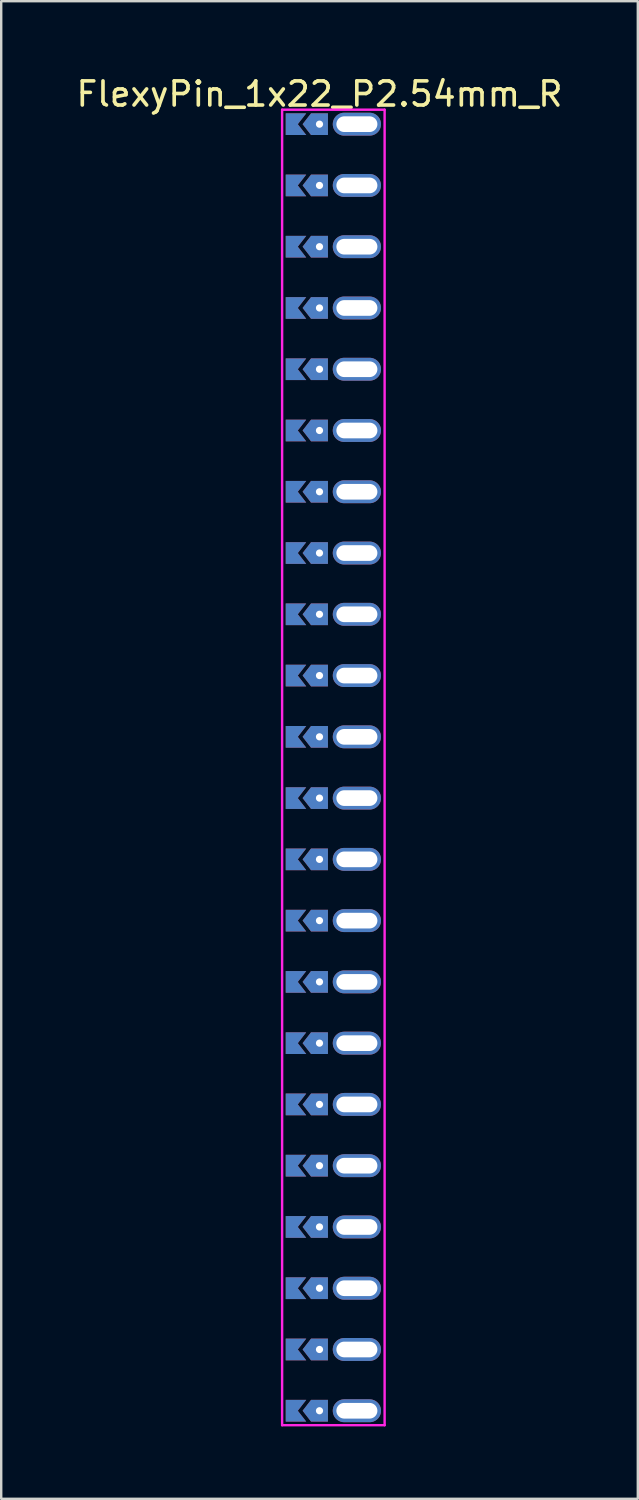
<source format=kicad_pcb>
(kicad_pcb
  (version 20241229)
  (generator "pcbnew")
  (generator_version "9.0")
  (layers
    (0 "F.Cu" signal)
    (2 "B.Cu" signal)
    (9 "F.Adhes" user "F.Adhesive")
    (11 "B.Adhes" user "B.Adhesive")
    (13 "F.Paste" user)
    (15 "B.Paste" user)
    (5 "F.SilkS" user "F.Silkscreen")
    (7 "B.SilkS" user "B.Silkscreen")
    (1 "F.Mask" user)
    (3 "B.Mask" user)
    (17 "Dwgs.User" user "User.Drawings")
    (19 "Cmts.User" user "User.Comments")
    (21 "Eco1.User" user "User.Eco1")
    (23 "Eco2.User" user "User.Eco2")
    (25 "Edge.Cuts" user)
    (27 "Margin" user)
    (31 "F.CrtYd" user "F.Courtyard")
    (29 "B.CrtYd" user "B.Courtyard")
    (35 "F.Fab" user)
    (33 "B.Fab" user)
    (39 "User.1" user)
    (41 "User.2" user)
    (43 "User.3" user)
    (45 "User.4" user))
  (footprint "FlexyPin_1x22_P2.54mm_R"
    (layer "F.Cu")
    (at 10.196 2.098)
    (property "Reference" "FlexyPin_1x22_P2.54mm_R" (at 0 -1.25 0) (layer "F.SilkS") (effects (font (size 1 1) (thickness 0.15))))
    (attr through_hole)
    (fp_line (start -1.55 -0.6) (end 2.7 -0.6) (stroke (width 0.1) (type solid)) (layer "F.CrtYd"))
    (fp_line (start -1.55 53.94) (end -1.55 -0.6) (stroke (width 0.1) (type solid)) (layer "F.CrtYd"))
    (fp_line (start 2.7 -0.6) (end 2.7 53.94) (stroke (width 0.1) (type solid)) (layer "F.CrtYd"))
    (fp_line (start 2.7 53.94) (end -1.55 53.94) (stroke (width 0.1) (type solid)) (layer "F.CrtYd"))
    (pad "" thru_hole custom (at 0 0) (size 0.3 0.3) (drill 0.6) (layers "*.Cu" "*.Mask") (options (anchor rect)) (primitives (gr_poly (pts (xy 0.35 0.45) (xy 0.35 -0.45) (xy -0.35 -0.45) (xy -0.7 0) (xy -0.35 0.45)) (width 0) (fill yes))))
    (pad "" thru_hole custom (at 0 2.54) (size 0.3 0.3) (drill 0.6) (layers "*.Cu" "*.Mask") (options (anchor rect)) (primitives (gr_poly (pts (xy 0.35 0.45) (xy 0.35 -0.45) (xy -0.35 -0.45) (xy -0.7 0) (xy -0.35 0.45)) (width 0) (fill yes))))
    (pad "" thru_hole custom (at 0 5.08) (size 0.3 0.3) (drill 0.6) (layers "*.Cu" "*.Mask") (options (anchor rect)) (primitives (gr_poly (pts (xy 0.35 0.45) (xy 0.35 -0.45) (xy -0.35 -0.45) (xy -0.7 0) (xy -0.35 0.45)) (width 0) (fill yes))))
    (pad "" thru_hole custom (at 0 7.62) (size 0.3 0.3) (drill 0.6) (layers "*.Cu" "*.Mask") (options (anchor rect)) (primitives (gr_poly (pts (xy 0.35 0.45) (xy 0.35 -0.45) (xy -0.35 -0.45) (xy -0.7 0) (xy -0.35 0.45)) (width 0) (fill yes))))
    (pad "" thru_hole custom (at 0 10.16) (size 0.3 0.3) (drill 0.6) (layers "*.Cu" "*.Mask") (options (anchor rect)) (primitives (gr_poly (pts (xy 0.35 0.45) (xy 0.35 -0.45) (xy -0.35 -0.45) (xy -0.7 0) (xy -0.35 0.45)) (width 0) (fill yes))))
    (pad "" thru_hole custom (at 0 12.7) (size 0.3 0.3) (drill 0.6) (layers "*.Cu" "*.Mask") (options (anchor rect)) (primitives (gr_poly (pts (xy 0.35 0.45) (xy 0.35 -0.45) (xy -0.35 -0.45) (xy -0.7 0) (xy -0.35 0.45)) (width 0) (fill yes))))
    (pad "" thru_hole custom (at 0 15.24) (size 0.3 0.3) (drill 0.6) (layers "*.Cu" "*.Mask") (options (anchor rect)) (primitives (gr_poly (pts (xy 0.35 0.45) (xy 0.35 -0.45) (xy -0.35 -0.45) (xy -0.7 0) (xy -0.35 0.45)) (width 0) (fill yes))))
    (pad "" thru_hole custom (at 0 17.78) (size 0.3 0.3) (drill 0.6) (layers "*.Cu" "*.Mask") (options (anchor rect)) (primitives (gr_poly (pts (xy 0.35 0.45) (xy 0.35 -0.45) (xy -0.35 -0.45) (xy -0.7 0) (xy -0.35 0.45)) (width 0) (fill yes))))
    (pad "" thru_hole custom (at 0 20.32) (size 0.3 0.3) (drill 0.6) (layers "*.Cu" "*.Mask") (options (anchor rect)) (primitives (gr_poly (pts (xy 0.35 0.45) (xy 0.35 -0.45) (xy -0.35 -0.45) (xy -0.7 0) (xy -0.35 0.45)) (width 0) (fill yes))))
    (pad "" thru_hole custom (at 0 22.86) (size 0.3 0.3) (drill 0.6) (layers "*.Cu" "*.Mask") (options (anchor rect)) (primitives (gr_poly (pts (xy 0.35 0.45) (xy 0.35 -0.45) (xy -0.35 -0.45) (xy -0.7 0) (xy -0.35 0.45)) (width 0) (fill yes))))
    (pad "" thru_hole custom (at 0 25.4) (size 0.3 0.3) (drill 0.6) (layers "*.Cu" "*.Mask") (options (anchor rect)) (primitives (gr_poly (pts (xy 0.35 0.45) (xy 0.35 -0.45) (xy -0.35 -0.45) (xy -0.7 0) (xy -0.35 0.45)) (width 0) (fill yes))))
    (pad "" thru_hole custom (at 0 27.94) (size 0.3 0.3) (drill 0.6) (layers "*.Cu" "*.Mask") (options (anchor rect)) (primitives (gr_poly (pts (xy 0.35 0.45) (xy 0.35 -0.45) (xy -0.35 -0.45) (xy -0.7 0) (xy -0.35 0.45)) (width 0) (fill yes))))
    (pad "" thru_hole custom (at 0 30.48) (size 0.3 0.3) (drill 0.6) (layers "*.Cu" "*.Mask") (options (anchor rect)) (primitives (gr_poly (pts (xy 0.35 0.45) (xy 0.35 -0.45) (xy -0.35 -0.45) (xy -0.7 0) (xy -0.35 0.45)) (width 0) (fill yes))))
    (pad "" thru_hole custom (at 0 33.02) (size 0.3 0.3) (drill 0.6) (layers "*.Cu" "*.Mask") (options (anchor rect)) (primitives (gr_poly (pts (xy 0.35 0.45) (xy 0.35 -0.45) (xy -0.35 -0.45) (xy -0.7 0) (xy -0.35 0.45)) (width 0) (fill yes))))
    (pad "" thru_hole custom (at 0 35.56) (size 0.3 0.3) (drill 0.6) (layers "*.Cu" "*.Mask") (options (anchor rect)) (primitives (gr_poly (pts (xy 0.35 0.45) (xy 0.35 -0.45) (xy -0.35 -0.45) (xy -0.7 0) (xy -0.35 0.45)) (width 0) (fill yes))))
    (pad "" thru_hole custom (at 0 38.1) (size 0.3 0.3) (drill 0.6) (layers "*.Cu" "*.Mask") (options (anchor rect)) (primitives (gr_poly (pts (xy 0.35 0.45) (xy 0.35 -0.45) (xy -0.35 -0.45) (xy -0.7 0) (xy -0.35 0.45)) (width 0) (fill yes))))
    (pad "" thru_hole custom (at 0 40.64) (size 0.3 0.3) (drill 0.6) (layers "*.Cu" "*.Mask") (options (anchor rect)) (primitives (gr_poly (pts (xy 0.35 0.45) (xy 0.35 -0.45) (xy -0.35 -0.45) (xy -0.7 0) (xy -0.35 0.45)) (width 0) (fill yes))))
    (pad "" thru_hole custom (at 0 43.18) (size 0.3 0.3) (drill 0.6) (layers "*.Cu" "*.Mask") (options (anchor rect)) (primitives (gr_poly (pts (xy 0.35 0.45) (xy 0.35 -0.45) (xy -0.35 -0.45) (xy -0.7 0) (xy -0.35 0.45)) (width 0) (fill yes))))
    (pad "" thru_hole custom (at 0 45.72) (size 0.3 0.3) (drill 0.6) (layers "*.Cu" "*.Mask") (options (anchor rect)) (primitives (gr_poly (pts (xy 0.35 0.45) (xy 0.35 -0.45) (xy -0.35 -0.45) (xy -0.7 0) (xy -0.35 0.45)) (width 0) (fill yes))))
    (pad "" thru_hole custom (at 0 48.26) (size 0.3 0.3) (drill 0.6) (layers "*.Cu" "*.Mask") (options (anchor rect)) (primitives (gr_poly (pts (xy 0.35 0.45) (xy 0.35 -0.45) (xy -0.35 -0.45) (xy -0.7 0) (xy -0.35 0.45)) (width 0) (fill yes))))
    (pad "" thru_hole custom (at 0 50.8) (size 0.3 0.3) (drill 0.6) (layers "*.Cu" "*.Mask") (options (anchor rect)) (primitives (gr_poly (pts (xy 0.35 0.45) (xy 0.35 -0.45) (xy -0.35 -0.45) (xy -0.7 0) (xy -0.35 0.45)) (width 0) (fill yes))))
    (pad "" thru_hole custom (at 0 53.34) (size 0.3 0.3) (drill 0.6) (layers "*.Cu" "*.Mask") (options (anchor rect)) (primitives (gr_poly (pts (xy 0.35 0.45) (xy 0.35 -0.45) (xy -0.35 -0.45) (xy -0.7 0) (xy -0.35 0.45)) (width 0) (fill yes))))
    (pad "" thru_hole oval (at 1.55 0) (size 2 0.95) (drill oval 1.7 0.65) (layers "*.Cu" "*.Mask"))
    (pad "" thru_hole oval (at 1.55 2.54) (size 2 0.95) (drill oval 1.7 0.65) (layers "*.Cu" "*.Mask"))
    (pad "" thru_hole oval (at 1.55 5.08) (size 2 0.95) (drill oval 1.7 0.65) (layers "*.Cu" "*.Mask"))
    (pad "" thru_hole oval (at 1.55 7.62) (size 2 0.95) (drill oval 1.7 0.65) (layers "*.Cu" "*.Mask"))
    (pad "" thru_hole oval (at 1.55 10.16) (size 2 0.95) (drill oval 1.7 0.65) (layers "*.Cu" "*.Mask"))
    (pad "" thru_hole oval (at 1.55 12.7) (size 2 0.95) (drill oval 1.7 0.65) (layers "*.Cu" "*.Mask"))
    (pad "" thru_hole oval (at 1.55 15.24) (size 2 0.95) (drill oval 1.7 0.65) (layers "*.Cu" "*.Mask"))
    (pad "" thru_hole oval (at 1.55 17.78) (size 2 0.95) (drill oval 1.7 0.65) (layers "*.Cu" "*.Mask"))
    (pad "" thru_hole oval (at 1.55 20.32) (size 2 0.95) (drill oval 1.7 0.65) (layers "*.Cu" "*.Mask"))
    (pad "" thru_hole oval (at 1.55 22.86) (size 2 0.95) (drill oval 1.7 0.65) (layers "*.Cu" "*.Mask"))
    (pad "" thru_hole oval (at 1.55 25.4) (size 2 0.95) (drill oval 1.7 0.65) (layers "*.Cu" "*.Mask"))
    (pad "" thru_hole oval (at 1.55 27.94) (size 2 0.95) (drill oval 1.7 0.65) (layers "*.Cu" "*.Mask"))
    (pad "" thru_hole oval (at 1.55 30.48) (size 2 0.95) (drill oval 1.7 0.65) (layers "*.Cu" "*.Mask"))
    (pad "" thru_hole oval (at 1.55 33.02) (size 2 0.95) (drill oval 1.7 0.65) (layers "*.Cu" "*.Mask"))
    (pad "" thru_hole oval (at 1.55 35.56) (size 2 0.95) (drill oval 1.7 0.65) (layers "*.Cu" "*.Mask"))
    (pad "" thru_hole oval (at 1.55 38.1) (size 2 0.95) (drill oval 1.7 0.65) (layers "*.Cu" "*.Mask"))
    (pad "" thru_hole oval (at 1.55 40.64) (size 2 0.95) (drill oval 1.7 0.65) (layers "*.Cu" "*.Mask"))
    (pad "" thru_hole oval (at 1.55 43.18) (size 2 0.95) (drill oval 1.7 0.65) (layers "*.Cu" "*.Mask"))
    (pad "" thru_hole oval (at 1.55 45.72) (size 2 0.95) (drill oval 1.7 0.65) (layers "*.Cu" "*.Mask"))
    (pad "" thru_hole oval (at 1.55 48.26) (size 2 0.95) (drill oval 1.7 0.65) (layers "*.Cu" "*.Mask"))
    (pad "" thru_hole oval (at 1.55 50.8) (size 2 0.95) (drill oval 1.7 0.65) (layers "*.Cu" "*.Mask"))
    (pad "" thru_hole oval (at 1.55 53.34) (size 2 0.95) (drill oval 1.7 0.65) (layers "*.Cu" "*.Mask"))
    (pad "1" smd custom (at -0.9 0) (size 0.01 0.01) (layers "F.Cu" "F.Mask") (options (anchor rect)) (primitives (gr_poly (pts (xy 0 0) (xy 0.35 0.45) (xy -0.5 0.45) (xy -0.5 -0.45) (xy 0.35 -0.45)) (width 0) (fill yes))))
    (pad "1" smd custom (at -0.9 2.54) (size 0.01 0.01) (layers "F.Cu" "F.Mask") (options (anchor rect)) (primitives (gr_poly (pts (xy 0 0) (xy 0.35 0.45) (xy -0.5 0.45) (xy -0.5 -0.45) (xy 0.35 -0.45)) (width 0) (fill yes))))
    (pad "1" smd custom (at -0.9 5.08) (size 0.01 0.01) (layers "F.Cu" "F.Mask") (options (anchor rect)) (primitives (gr_poly (pts (xy 0 0) (xy 0.35 0.45) (xy -0.5 0.45) (xy -0.5 -0.45) (xy 0.35 -0.45)) (width 0) (fill yes))))
    (pad "1" smd custom (at -0.9 7.62) (size 0.01 0.01) (layers "F.Cu" "F.Mask") (options (anchor rect)) (primitives (gr_poly (pts (xy 0 0) (xy 0.35 0.45) (xy -0.5 0.45) (xy -0.5 -0.45) (xy 0.35 -0.45)) (width 0) (fill yes))))
    (pad "1" smd custom (at -0.9 10.16) (size 0.01 0.01) (layers "F.Cu" "F.Mask") (options (anchor rect)) (primitives (gr_poly (pts (xy 0 0) (xy 0.35 0.45) (xy -0.5 0.45) (xy -0.5 -0.45) (xy 0.35 -0.45)) (width 0) (fill yes))))
    (pad "1" smd custom (at -0.9 12.7) (size 0.01 0.01) (layers "F.Cu" "F.Mask") (options (anchor rect)) (primitives (gr_poly (pts (xy 0 0) (xy 0.35 0.45) (xy -0.5 0.45) (xy -0.5 -0.45) (xy 0.35 -0.45)) (width 0) (fill yes))))
    (pad "1" smd custom (at -0.9 15.24) (size 0.01 0.01) (layers "F.Cu" "F.Mask") (options (anchor rect)) (primitives (gr_poly (pts (xy 0 0) (xy 0.35 0.45) (xy -0.5 0.45) (xy -0.5 -0.45) (xy 0.35 -0.45)) (width 0) (fill yes))))
    (pad "1" smd custom (at -0.9 17.78) (size 0.01 0.01) (layers "F.Cu" "F.Mask") (options (anchor rect)) (primitives (gr_poly (pts (xy 0 0) (xy 0.35 0.45) (xy -0.5 0.45) (xy -0.5 -0.45) (xy 0.35 -0.45)) (width 0) (fill yes))))
    (pad "1" smd custom (at -0.9 20.32) (size 0.01 0.01) (layers "F.Cu" "F.Mask") (options (anchor rect)) (primitives (gr_poly (pts (xy 0 0) (xy 0.35 0.45) (xy -0.5 0.45) (xy -0.5 -0.45) (xy 0.35 -0.45)) (width 0) (fill yes))))
    (pad "1" smd custom (at -0.9 22.86) (size 0.01 0.01) (layers "F.Cu" "F.Mask") (options (anchor rect)) (primitives (gr_poly (pts (xy 0 0) (xy 0.35 0.45) (xy -0.5 0.45) (xy -0.5 -0.45) (xy 0.35 -0.45)) (width 0) (fill yes))))
    (pad "1" smd custom (at -0.9 25.4) (size 0.01 0.01) (layers "F.Cu" "F.Mask") (options (anchor rect)) (primitives (gr_poly (pts (xy 0 0) (xy 0.35 0.45) (xy -0.5 0.45) (xy -0.5 -0.45) (xy 0.35 -0.45)) (width 0) (fill yes))))
    (pad "1" smd custom (at -0.9 27.94) (size 0.01 0.01) (layers "F.Cu" "F.Mask") (options (anchor rect)) (primitives (gr_poly (pts (xy 0 0) (xy 0.35 0.45) (xy -0.5 0.45) (xy -0.5 -0.45) (xy 0.35 -0.45)) (width 0) (fill yes))))
    (pad "1" smd custom (at -0.9 30.48) (size 0.01 0.01) (layers "F.Cu" "F.Mask") (options (anchor rect)) (primitives (gr_poly (pts (xy 0 0) (xy 0.35 0.45) (xy -0.5 0.45) (xy -0.5 -0.45) (xy 0.35 -0.45)) (width 0) (fill yes))))
    (pad "1" smd custom (at -0.9 33.02) (size 0.01 0.01) (layers "F.Cu" "F.Mask") (options (anchor rect)) (primitives (gr_poly (pts (xy 0 0) (xy 0.35 0.45) (xy -0.5 0.45) (xy -0.5 -0.45) (xy 0.35 -0.45)) (width 0) (fill yes))))
    (pad "1" smd custom (at -0.9 35.56) (size 0.01 0.01) (layers "F.Cu" "F.Mask") (options (anchor rect)) (primitives (gr_poly (pts (xy 0 0) (xy 0.35 0.45) (xy -0.5 0.45) (xy -0.5 -0.45) (xy 0.35 -0.45)) (width 0) (fill yes))))
    (pad "1" smd custom (at -0.9 38.1) (size 0.01 0.01) (layers "F.Cu" "F.Mask") (options (anchor rect)) (primitives (gr_poly (pts (xy 0 0) (xy 0.35 0.45) (xy -0.5 0.45) (xy -0.5 -0.45) (xy 0.35 -0.45)) (width 0) (fill yes))))
    (pad "1" smd custom (at -0.9 40.64) (size 0.01 0.01) (layers "F.Cu" "F.Mask") (options (anchor rect)) (primitives (gr_poly (pts (xy 0 0) (xy 0.35 0.45) (xy -0.5 0.45) (xy -0.5 -0.45) (xy 0.35 -0.45)) (width 0) (fill yes))))
    (pad "1" smd custom (at -0.9 43.18) (size 0.01 0.01) (layers "F.Cu" "F.Mask") (options (anchor rect)) (primitives (gr_poly (pts (xy 0 0) (xy 0.35 0.45) (xy -0.5 0.45) (xy -0.5 -0.45) (xy 0.35 -0.45)) (width 0) (fill yes))))
    (pad "1" smd custom (at -0.9 45.72) (size 0.01 0.01) (layers "F.Cu" "F.Mask") (options (anchor rect)) (primitives (gr_poly (pts (xy 0 0) (xy 0.35 0.45) (xy -0.5 0.45) (xy -0.5 -0.45) (xy 0.35 -0.45)) (width 0) (fill yes))))
    (pad "1" smd custom (at -0.9 48.26) (size 0.01 0.01) (layers "F.Cu" "F.Mask") (options (anchor rect)) (primitives (gr_poly (pts (xy 0 0) (xy 0.35 0.45) (xy -0.5 0.45) (xy -0.5 -0.45) (xy 0.35 -0.45)) (width 0) (fill yes))))
    (pad "1" smd custom (at -0.9 50.8) (size 0.01 0.01) (layers "F.Cu" "F.Mask") (options (anchor rect)) (primitives (gr_poly (pts (xy 0 0) (xy 0.35 0.45) (xy -0.5 0.45) (xy -0.5 -0.45) (xy 0.35 -0.45)) (width 0) (fill yes))))
    (pad "1" smd custom (at -0.9 53.34) (size 0.01 0.01) (layers "F.Cu" "F.Mask") (options (anchor rect)) (primitives (gr_poly (pts (xy 0 0) (xy 0.35 0.45) (xy -0.5 0.45) (xy -0.5 -0.45) (xy 0.35 -0.45)) (width 0) (fill yes))))
    (pad "2" smd custom (at -0.9 0) (size 0.01 0.01) (layers "B.Cu" "B.Mask") (options (anchor rect)) (primitives (gr_poly (pts (xy 0 0) (xy 0.35 0.45) (xy -0.5 0.45) (xy -0.5 -0.45) (xy 0.35 -0.45)) (width 0) (fill yes))))
    (pad "2" smd custom (at -0.9 2.54) (size 0.01 0.01) (layers "B.Cu" "B.Mask") (options (anchor rect)) (primitives (gr_poly (pts (xy 0 0) (xy 0.35 0.45) (xy -0.5 0.45) (xy -0.5 -0.45) (xy 0.35 -0.45)) (width 0) (fill yes))))
    (pad "2" smd custom (at -0.9 5.08) (size 0.01 0.01) (layers "B.Cu" "B.Mask") (options (anchor rect)) (primitives (gr_poly (pts (xy 0 0) (xy 0.35 0.45) (xy -0.5 0.45) (xy -0.5 -0.45) (xy 0.35 -0.45)) (width 0) (fill yes))))
    (pad "2" smd custom (at -0.9 7.62) (size 0.01 0.01) (layers "B.Cu" "B.Mask") (options (anchor rect)) (primitives (gr_poly (pts (xy 0 0) (xy 0.35 0.45) (xy -0.5 0.45) (xy -0.5 -0.45) (xy 0.35 -0.45)) (width 0) (fill yes))))
    (pad "2" smd custom (at -0.9 10.16) (size 0.01 0.01) (layers "B.Cu" "B.Mask") (options (anchor rect)) (primitives (gr_poly (pts (xy 0 0) (xy 0.35 0.45) (xy -0.5 0.45) (xy -0.5 -0.45) (xy 0.35 -0.45)) (width 0) (fill yes))))
    (pad "2" smd custom (at -0.9 12.7) (size 0.01 0.01) (layers "B.Cu" "B.Mask") (options (anchor rect)) (primitives (gr_poly (pts (xy 0 0) (xy 0.35 0.45) (xy -0.5 0.45) (xy -0.5 -0.45) (xy 0.35 -0.45)) (width 0) (fill yes))))
    (pad "2" smd custom (at -0.9 15.24) (size 0.01 0.01) (layers "B.Cu" "B.Mask") (options (anchor rect)) (primitives (gr_poly (pts (xy 0 0) (xy 0.35 0.45) (xy -0.5 0.45) (xy -0.5 -0.45) (xy 0.35 -0.45)) (width 0) (fill yes))))
    (pad "2" smd custom (at -0.9 17.78) (size 0.01 0.01) (layers "B.Cu" "B.Mask") (options (anchor rect)) (primitives (gr_poly (pts (xy 0 0) (xy 0.35 0.45) (xy -0.5 0.45) (xy -0.5 -0.45) (xy 0.35 -0.45)) (width 0) (fill yes))))
    (pad "2" smd custom (at -0.9 20.32) (size 0.01 0.01) (layers "B.Cu" "B.Mask") (options (anchor rect)) (primitives (gr_poly (pts (xy 0 0) (xy 0.35 0.45) (xy -0.5 0.45) (xy -0.5 -0.45) (xy 0.35 -0.45)) (width 0) (fill yes))))
    (pad "2" smd custom (at -0.9 22.86) (size 0.01 0.01) (layers "B.Cu" "B.Mask") (options (anchor rect)) (primitives (gr_poly (pts (xy 0 0) (xy 0.35 0.45) (xy -0.5 0.45) (xy -0.5 -0.45) (xy 0.35 -0.45)) (width 0) (fill yes))))
    (pad "2" smd custom (at -0.9 25.4) (size 0.01 0.01) (layers "B.Cu" "B.Mask") (options (anchor rect)) (primitives (gr_poly (pts (xy 0 0) (xy 0.35 0.45) (xy -0.5 0.45) (xy -0.5 -0.45) (xy 0.35 -0.45)) (width 0) (fill yes))))
    (pad "2" smd custom (at -0.9 27.94) (size 0.01 0.01) (layers "B.Cu" "B.Mask") (options (anchor rect)) (primitives (gr_poly (pts (xy 0 0) (xy 0.35 0.45) (xy -0.5 0.45) (xy -0.5 -0.45) (xy 0.35 -0.45)) (width 0) (fill yes))))
    (pad "2" smd custom (at -0.9 30.48) (size 0.01 0.01) (layers "B.Cu" "B.Mask") (options (anchor rect)) (primitives (gr_poly (pts (xy 0 0) (xy 0.35 0.45) (xy -0.5 0.45) (xy -0.5 -0.45) (xy 0.35 -0.45)) (width 0) (fill yes))))
    (pad "2" smd custom (at -0.9 33.02) (size 0.01 0.01) (layers "B.Cu" "B.Mask") (options (anchor rect)) (primitives (gr_poly (pts (xy 0 0) (xy 0.35 0.45) (xy -0.5 0.45) (xy -0.5 -0.45) (xy 0.35 -0.45)) (width 0) (fill yes))))
    (pad "2" smd custom (at -0.9 35.56) (size 0.01 0.01) (layers "B.Cu" "B.Mask") (options (anchor rect)) (primitives (gr_poly (pts (xy 0 0) (xy 0.35 0.45) (xy -0.5 0.45) (xy -0.5 -0.45) (xy 0.35 -0.45)) (width 0) (fill yes))))
    (pad "2" smd custom (at -0.9 38.1) (size 0.01 0.01) (layers "B.Cu" "B.Mask") (options (anchor rect)) (primitives (gr_poly (pts (xy 0 0) (xy 0.35 0.45) (xy -0.5 0.45) (xy -0.5 -0.45) (xy 0.35 -0.45)) (width 0) (fill yes))))
    (pad "2" smd custom (at -0.9 40.64) (size 0.01 0.01) (layers "B.Cu" "B.Mask") (options (anchor rect)) (primitives (gr_poly (pts (xy 0 0) (xy 0.35 0.45) (xy -0.5 0.45) (xy -0.5 -0.45) (xy 0.35 -0.45)) (width 0) (fill yes))))
    (pad "2" smd custom (at -0.9 43.18) (size 0.01 0.01) (layers "B.Cu" "B.Mask") (options (anchor rect)) (primitives (gr_poly (pts (xy 0 0) (xy 0.35 0.45) (xy -0.5 0.45) (xy -0.5 -0.45) (xy 0.35 -0.45)) (width 0) (fill yes))))
    (pad "2" smd custom (at -0.9 45.72) (size 0.01 0.01) (layers "B.Cu" "B.Mask") (options (anchor rect)) (primitives (gr_poly (pts (xy 0 0) (xy 0.35 0.45) (xy -0.5 0.45) (xy -0.5 -0.45) (xy 0.35 -0.45)) (width 0) (fill yes))))
    (pad "2" smd custom (at -0.9 48.26) (size 0.01 0.01) (layers "B.Cu" "B.Mask") (options (anchor rect)) (primitives (gr_poly (pts (xy 0 0) (xy 0.35 0.45) (xy -0.5 0.45) (xy -0.5 -0.45) (xy 0.35 -0.45)) (width 0) (fill yes))))
    (pad "2" smd custom (at -0.9 50.8) (size 0.01 0.01) (layers "B.Cu" "B.Mask") (options (anchor rect)) (primitives (gr_poly (pts (xy 0 0) (xy 0.35 0.45) (xy -0.5 0.45) (xy -0.5 -0.45) (xy 0.35 -0.45)) (width 0) (fill yes))))
    (pad "2" smd custom (at -0.9 53.34) (size 0.01 0.01) (layers "B.Cu" "B.Mask") (options (anchor rect)) (primitives (gr_poly (pts (xy 0 0) (xy 0.35 0.45) (xy -0.5 0.45) (xy -0.5 -0.45) (xy 0.35 -0.45)) (width 0) (fill yes)))))
  (gr_rect
    (start -3 -3)
    (end 23.393 59.088)
    (stroke (width 0.1) (type default))
    (fill no)
    (layer "Edge.Cuts")))
</source>
